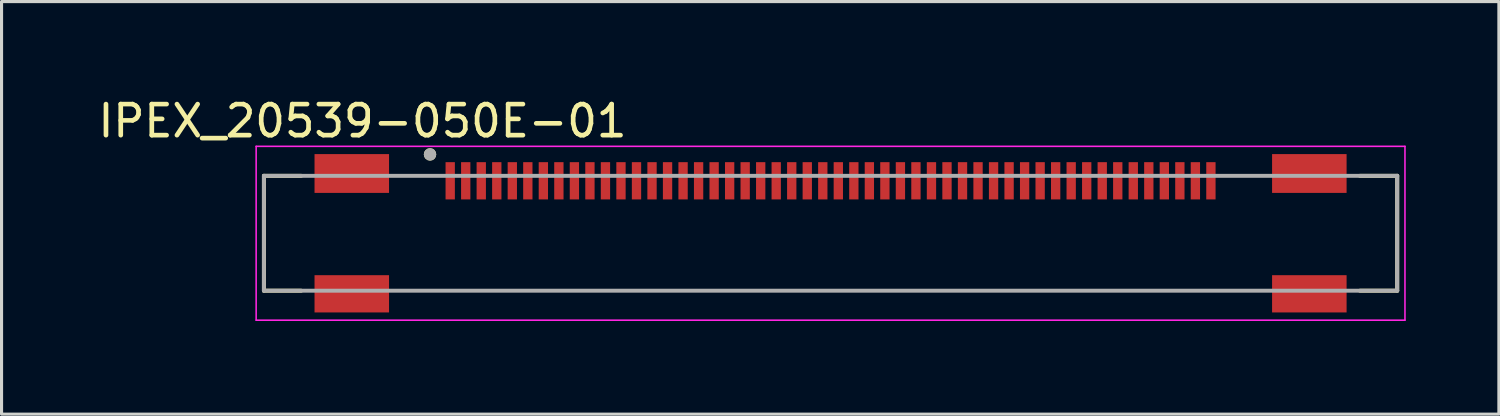
<source format=kicad_pcb>
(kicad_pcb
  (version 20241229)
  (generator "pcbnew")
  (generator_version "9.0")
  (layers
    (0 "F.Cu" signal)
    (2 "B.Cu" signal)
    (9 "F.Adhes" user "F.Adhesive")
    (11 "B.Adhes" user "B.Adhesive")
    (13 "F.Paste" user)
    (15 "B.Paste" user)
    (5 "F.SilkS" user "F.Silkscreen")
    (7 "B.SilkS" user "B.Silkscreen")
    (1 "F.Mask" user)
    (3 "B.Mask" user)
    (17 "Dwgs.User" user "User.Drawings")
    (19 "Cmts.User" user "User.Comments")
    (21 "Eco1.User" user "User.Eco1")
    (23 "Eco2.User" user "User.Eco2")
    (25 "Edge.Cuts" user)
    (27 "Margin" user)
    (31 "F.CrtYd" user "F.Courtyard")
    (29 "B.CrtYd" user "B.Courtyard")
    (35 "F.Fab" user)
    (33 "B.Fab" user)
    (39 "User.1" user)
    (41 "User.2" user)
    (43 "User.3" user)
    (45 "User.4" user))
  (footprint "IPEX_20539-050E-01"
    (layer "F.Cu")
    (at 23.7 2.773)
    (property "Reference" "IPEX_20539-050E-01" (at -15.075 -1.925 0) (layer "F.SilkS") (effects (font (size 1 1) (thickness 0.15))))
    (attr smd)
    (fp_line (start -18.25 -0.16) (end -17.05 -0.16) (stroke (width 0.127) (type solid)) (layer "F.SilkS"))
    (fp_line (start -18.25 3.54) (end -18.25 -0.16) (stroke (width 0.127) (type solid)) (layer "F.SilkS"))
    (fp_line (start -18.25 3.54) (end -17.05 3.54) (stroke (width 0.127) (type solid)) (layer "F.SilkS"))
    (fp_line (start 18.25 -0.16) (end 17.05 -0.16) (stroke (width 0.127) (type solid)) (layer "F.SilkS"))
    (fp_line (start 18.25 -0.16) (end 18.25 3.54) (stroke (width 0.127) (type solid)) (layer "F.SilkS"))
    (fp_line (start 18.25 3.54) (end 17.05 3.54) (stroke (width 0.127) (type solid)) (layer "F.SilkS"))
    (fp_circle (center -12.9 -0.85) (end -12.8 -0.85) (stroke (width 0.2) (type solid)) (fill no) (layer "F.SilkS"))
    (fp_line (start -18.5 -1.11) (end 18.5 -1.11) (stroke (width 0.05) (type solid)) (layer "F.CrtYd"))
    (fp_line (start -18.5 4.49) (end -18.5 -1.11) (stroke (width 0.05) (type solid)) (layer "F.CrtYd"))
    (fp_line (start 18.5 -1.11) (end 18.5 4.49) (stroke (width 0.05) (type solid)) (layer "F.CrtYd"))
    (fp_line (start 18.5 4.49) (end -18.5 4.49) (stroke (width 0.05) (type solid)) (layer "F.CrtYd"))
    (fp_line (start -18.25 -0.16) (end 18.25 -0.16) (stroke (width 0.127) (type solid)) (layer "F.Fab"))
    (fp_line (start -18.25 3.54) (end -18.25 -0.16) (stroke (width 0.127) (type solid)) (layer "F.Fab"))
    (fp_line (start 18.25 -0.16) (end 18.25 3.54) (stroke (width 0.127) (type solid)) (layer "F.Fab"))
    (fp_line (start 18.25 3.54) (end -18.25 3.54) (stroke (width 0.127) (type solid)) (layer "F.Fab"))
    (fp_circle (center -12.9 -0.85) (end -12.8 -0.85) (stroke (width 0.2) (type solid)) (fill no) (layer "F.Fab"))
    (pad "1" smd rect (at -12.25 0) (size 0.3 1.2) (layers "F.Cu" "F.Mask" "F.Paste"))
    (pad "2" smd rect (at -11.75 0) (size 0.3 1.2) (layers "F.Cu" "F.Mask" "F.Paste"))
    (pad "3" smd rect (at -11.25 0) (size 0.3 1.2) (layers "F.Cu" "F.Mask" "F.Paste"))
    (pad "4" smd rect (at -10.75 0) (size 0.3 1.2) (layers "F.Cu" "F.Mask" "F.Paste"))
    (pad "5" smd rect (at -10.25 0) (size 0.3 1.2) (layers "F.Cu" "F.Mask" "F.Paste"))
    (pad "6" smd rect (at -9.75 0) (size 0.3 1.2) (layers "F.Cu" "F.Mask" "F.Paste"))
    (pad "7" smd rect (at -9.25 0) (size 0.3 1.2) (layers "F.Cu" "F.Mask" "F.Paste"))
    (pad "8" smd rect (at -8.75 0) (size 0.3 1.2) (layers "F.Cu" "F.Mask" "F.Paste"))
    (pad "9" smd rect (at -8.25 0) (size 0.3 1.2) (layers "F.Cu" "F.Mask" "F.Paste"))
    (pad "10" smd rect (at -7.75 0) (size 0.3 1.2) (layers "F.Cu" "F.Mask" "F.Paste"))
    (pad "11" smd rect (at -7.25 0) (size 0.3 1.2) (layers "F.Cu" "F.Mask" "F.Paste"))
    (pad "12" smd rect (at -6.75 0) (size 0.3 1.2) (layers "F.Cu" "F.Mask" "F.Paste"))
    (pad "13" smd rect (at -6.25 0) (size 0.3 1.2) (layers "F.Cu" "F.Mask" "F.Paste"))
    (pad "14" smd rect (at -5.75 0) (size 0.3 1.2) (layers "F.Cu" "F.Mask" "F.Paste"))
    (pad "15" smd rect (at -5.25 0) (size 0.3 1.2) (layers "F.Cu" "F.Mask" "F.Paste"))
    (pad "16" smd rect (at -4.75 0) (size 0.3 1.2) (layers "F.Cu" "F.Mask" "F.Paste"))
    (pad "17" smd rect (at -4.25 0) (size 0.3 1.2) (layers "F.Cu" "F.Mask" "F.Paste"))
    (pad "18" smd rect (at -3.75 0) (size 0.3 1.2) (layers "F.Cu" "F.Mask" "F.Paste"))
    (pad "19" smd rect (at -3.25 0) (size 0.3 1.2) (layers "F.Cu" "F.Mask" "F.Paste"))
    (pad "20" smd rect (at -2.75 0) (size 0.3 1.2) (layers "F.Cu" "F.Mask" "F.Paste"))
    (pad "21" smd rect (at -2.25 0) (size 0.3 1.2) (layers "F.Cu" "F.Mask" "F.Paste"))
    (pad "22" smd rect (at -1.75 0) (size 0.3 1.2) (layers "F.Cu" "F.Mask" "F.Paste"))
    (pad "23" smd rect (at -1.25 0) (size 0.3 1.2) (layers "F.Cu" "F.Mask" "F.Paste"))
    (pad "24" smd rect (at -0.75 0) (size 0.3 1.2) (layers "F.Cu" "F.Mask" "F.Paste"))
    (pad "25" smd rect (at -0.25 0) (size 0.3 1.2) (layers "F.Cu" "F.Mask" "F.Paste"))
    (pad "26" smd rect (at 0.25 0) (size 0.3 1.2) (layers "F.Cu" "F.Mask" "F.Paste"))
    (pad "27" smd rect (at 0.75 0) (size 0.3 1.2) (layers "F.Cu" "F.Mask" "F.Paste"))
    (pad "28" smd rect (at 1.25 0) (size 0.3 1.2) (layers "F.Cu" "F.Mask" "F.Paste"))
    (pad "29" smd rect (at 1.75 0) (size 0.3 1.2) (layers "F.Cu" "F.Mask" "F.Paste"))
    (pad "30" smd rect (at 2.25 0) (size 0.3 1.2) (layers "F.Cu" "F.Mask" "F.Paste"))
    (pad "31" smd rect (at 2.75 0) (size 0.3 1.2) (layers "F.Cu" "F.Mask" "F.Paste"))
    (pad "32" smd rect (at 3.25 0) (size 0.3 1.2) (layers "F.Cu" "F.Mask" "F.Paste"))
    (pad "33" smd rect (at 3.75 0) (size 0.3 1.2) (layers "F.Cu" "F.Mask" "F.Paste"))
    (pad "34" smd rect (at 4.25 0) (size 0.3 1.2) (layers "F.Cu" "F.Mask" "F.Paste"))
    (pad "35" smd rect (at 4.75 0) (size 0.3 1.2) (layers "F.Cu" "F.Mask" "F.Paste"))
    (pad "36" smd rect (at 5.25 0) (size 0.3 1.2) (layers "F.Cu" "F.Mask" "F.Paste"))
    (pad "37" smd rect (at 5.75 0) (size 0.3 1.2) (layers "F.Cu" "F.Mask" "F.Paste"))
    (pad "38" smd rect (at 6.25 0) (size 0.3 1.2) (layers "F.Cu" "F.Mask" "F.Paste"))
    (pad "39" smd rect (at 6.75 0) (size 0.3 1.2) (layers "F.Cu" "F.Mask" "F.Paste"))
    (pad "40" smd rect (at 7.25 0) (size 0.3 1.2) (layers "F.Cu" "F.Mask" "F.Paste"))
    (pad "41" smd rect (at 7.75 0) (size 0.3 1.2) (layers "F.Cu" "F.Mask" "F.Paste"))
    (pad "42" smd rect (at 8.25 0) (size 0.3 1.2) (layers "F.Cu" "F.Mask" "F.Paste"))
    (pad "43" smd rect (at 8.75 0) (size 0.3 1.2) (layers "F.Cu" "F.Mask" "F.Paste"))
    (pad "44" smd rect (at 9.25 0) (size 0.3 1.2) (layers "F.Cu" "F.Mask" "F.Paste"))
    (pad "45" smd rect (at 9.75 0) (size 0.3 1.2) (layers "F.Cu" "F.Mask" "F.Paste"))
    (pad "46" smd rect (at 10.25 0) (size 0.3 1.2) (layers "F.Cu" "F.Mask" "F.Paste"))
    (pad "47" smd rect (at 10.75 0) (size 0.3 1.2) (layers "F.Cu" "F.Mask" "F.Paste"))
    (pad "48" smd rect (at 11.25 0) (size 0.3 1.2) (layers "F.Cu" "F.Mask" "F.Paste"))
    (pad "49" smd rect (at 11.75 0) (size 0.3 1.2) (layers "F.Cu" "F.Mask" "F.Paste"))
    (pad "50" smd rect (at 12.25 0) (size 0.3 1.2) (layers "F.Cu" "F.Mask" "F.Paste"))
    (pad "S1" smd rect (at -15.42 -0.235) (size 2.4 1.25) (layers "F.Cu" "F.Mask" "F.Paste"))
    (pad "S2" smd rect (at 15.42 -0.235) (size 2.4 1.25) (layers "F.Cu" "F.Mask" "F.Paste"))
    (pad "S3" smd rect (at -15.42 3.64) (size 2.4 1.2) (layers "F.Cu" "F.Mask" "F.Paste"))
    (pad "S4" smd rect (at 15.42 3.64) (size 2.4 1.2) (layers "F.Cu" "F.Mask" "F.Paste"))
    (zone (net_name "") (layer "F.Cu") (hatch full 0.508) (connect_pads) (min_thickness 0.01) (filled_areas_thickness no) (keepout (tracks not_allowed) (vias not_allowed) (pads not_allowed) (copperpour not_allowed) (footprints allowed)) (placement (enabled no)) (fill) (polygon (pts (xy 11.1 3.373) (xy 36.3 3.373) (xy 36.3 4.573) (xy 11.1 4.573)))))
  (gr_rect
    (start -3 -3)
    (end 45.225 10.288)
    (stroke (width 0.1) (type default))
    (fill no)
    (layer "Edge.Cuts")))
</source>
